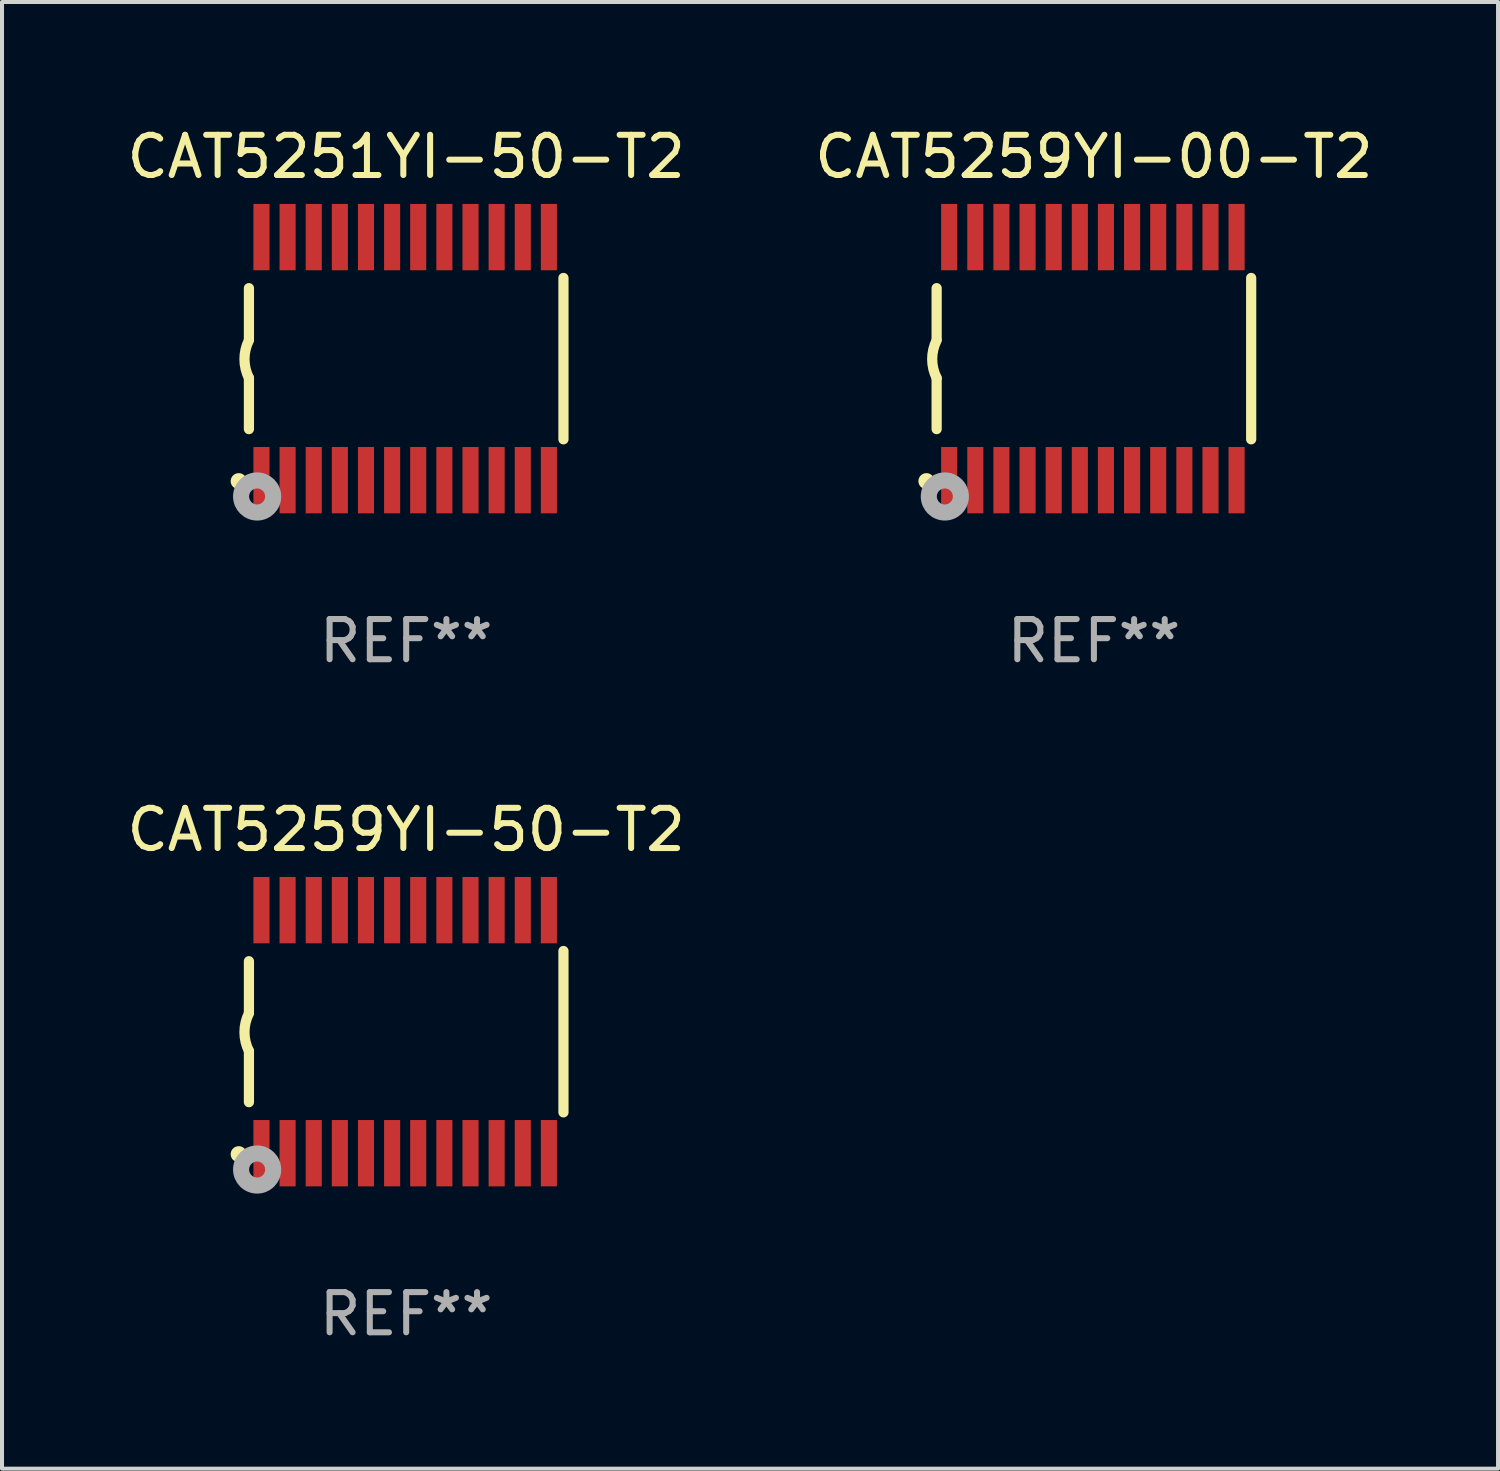
<source format=kicad_pcb>
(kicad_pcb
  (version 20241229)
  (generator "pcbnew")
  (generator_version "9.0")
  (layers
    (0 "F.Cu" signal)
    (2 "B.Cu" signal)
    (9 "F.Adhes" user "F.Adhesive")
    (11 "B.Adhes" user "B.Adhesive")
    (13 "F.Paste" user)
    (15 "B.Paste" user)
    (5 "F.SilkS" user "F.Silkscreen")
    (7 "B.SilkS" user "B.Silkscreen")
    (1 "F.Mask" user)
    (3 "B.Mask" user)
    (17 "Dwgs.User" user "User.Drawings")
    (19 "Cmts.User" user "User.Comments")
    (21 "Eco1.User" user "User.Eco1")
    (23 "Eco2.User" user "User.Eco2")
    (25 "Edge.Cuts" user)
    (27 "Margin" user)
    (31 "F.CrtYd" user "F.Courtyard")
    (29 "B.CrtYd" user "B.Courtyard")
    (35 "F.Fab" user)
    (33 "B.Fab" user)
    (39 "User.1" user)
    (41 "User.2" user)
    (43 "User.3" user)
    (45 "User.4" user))
  (footprint "CAT5259YI-00-T2"
    (layer "F.Cu")
    (at 24.161 5.871)
    (property "Reference" "CAT5259YI-00-T2" (at 0 -5.023 0) (layer "F.SilkS") (effects (font (size 1 1) (thickness 0.15))))
    (attr through_hole)
    (fp_line (start -3.912 -0.483) (end -3.912 -1.753) (stroke (width 0.254) (type solid)) (layer "F.SilkS"))
    (fp_line (start -3.912 1.753) (end -3.912 0.483) (stroke (width 0.254) (type solid)) (layer "F.SilkS"))
    (fp_line (start 3.912 -2.007) (end 3.912 2.007) (stroke (width 0.254) (type solid)) (layer "F.SilkS"))
    (fp_arc (start -3.911608 0.482601) (mid -4.022537 0.0127) (end -3.911608 -0.457201) (stroke (width 0.254001) (type solid)) (layer "F.SilkS"))
    (fp_circle (center -4.166 3.048) (end -4.066 3.048) (stroke (width 0.2) (type solid)) (fill no) (layer "F.SilkS"))
    (fp_circle (center -3.925 3.186) (end -3.895 3.186) (stroke (width 0.06) (type solid)) (fill no) (layer "F.SilkS"))
    (fp_circle (center -3.708 3.429) (end -3.509 3.429) (stroke (width 0.4) (type solid)) (fill no) (layer "F.Fab"))
    (fp_text user "REF**" (at 0 7.023 0) (layer "F.Fab") (effects (font (size 1 1) (thickness 0.15))))
    (pad "1" smd rect (at -3.6 3.023) (size 0.4 1.65) (layers "F.Cu" "F.Mask" "F.Paste"))
    (pad "2" smd rect (at -2.95 3.023) (size 0.4 1.65) (layers "F.Cu" "F.Mask" "F.Paste"))
    (pad "3" smd rect (at -2.3 3.023) (size 0.4 1.65) (layers "F.Cu" "F.Mask" "F.Paste"))
    (pad "4" smd rect (at -1.65 3.023) (size 0.4 1.65) (layers "F.Cu" "F.Mask" "F.Paste"))
    (pad "5" smd rect (at -1 3.023) (size 0.4 1.65) (layers "F.Cu" "F.Mask" "F.Paste"))
    (pad "6" smd rect (at -0.35 3.023) (size 0.4 1.65) (layers "F.Cu" "F.Mask" "F.Paste"))
    (pad "7" smd rect (at 0.299 3.023) (size 0.4 1.65) (layers "F.Cu" "F.Mask" "F.Paste"))
    (pad "8" smd rect (at 0.95 3.023) (size 0.4 1.65) (layers "F.Cu" "F.Mask" "F.Paste"))
    (pad "9" smd rect (at 1.6 3.023) (size 0.4 1.65) (layers "F.Cu" "F.Mask" "F.Paste"))
    (pad "10" smd rect (at 2.25 3.023) (size 0.4 1.65) (layers "F.Cu" "F.Mask" "F.Paste"))
    (pad "11" smd rect (at 2.9 3.023) (size 0.4 1.65) (layers "F.Cu" "F.Mask" "F.Paste"))
    (pad "12" smd rect (at 3.549 3.023) (size 0.4 1.65) (layers "F.Cu" "F.Mask" "F.Paste"))
    (pad "13" smd rect (at 3.549 -3.023) (size 0.4 1.65) (layers "F.Cu" "F.Mask" "F.Paste"))
    (pad "14" smd rect (at 2.9 -3.023) (size 0.4 1.65) (layers "F.Cu" "F.Mask" "F.Paste"))
    (pad "15" smd rect (at 2.25 -3.023) (size 0.4 1.65) (layers "F.Cu" "F.Mask" "F.Paste"))
    (pad "16" smd rect (at 1.6 -3.023) (size 0.4 1.65) (layers "F.Cu" "F.Mask" "F.Paste"))
    (pad "17" smd rect (at 0.95 -3.023) (size 0.4 1.65) (layers "F.Cu" "F.Mask" "F.Paste"))
    (pad "18" smd rect (at 0.299 -3.023) (size 0.4 1.65) (layers "F.Cu" "F.Mask" "F.Paste"))
    (pad "19" smd rect (at -0.35 -3.023) (size 0.4 1.65) (layers "F.Cu" "F.Mask" "F.Paste"))
    (pad "20" smd rect (at -1 -3.023) (size 0.4 1.65) (layers "F.Cu" "F.Mask" "F.Paste"))
    (pad "21" smd rect (at -1.65 -3.023) (size 0.4 1.65) (layers "F.Cu" "F.Mask" "F.Paste"))
    (pad "22" smd rect (at -2.3 -3.023) (size 0.4 1.65) (layers "F.Cu" "F.Mask" "F.Paste"))
    (pad "23" smd rect (at -2.95 -3.023) (size 0.4 1.65) (layers "F.Cu" "F.Mask" "F.Paste"))
    (pad "24" smd rect (at -3.6 -3.023) (size 0.4 1.65) (layers "F.Cu" "F.Mask" "F.Paste")))
  (footprint "CAT5251YI-50-T2"
    (layer "F.Cu")
    (at 7.054 5.871)
    (property "Reference" "CAT5251YI-50-T2" (at 0 -5.023 0) (layer "F.SilkS") (effects (font (size 1 1) (thickness 0.15))))
    (attr through_hole)
    (fp_line (start -3.912 -0.483) (end -3.912 -1.753) (stroke (width 0.254) (type solid)) (layer "F.SilkS"))
    (fp_line (start -3.912 1.753) (end -3.912 0.483) (stroke (width 0.254) (type solid)) (layer "F.SilkS"))
    (fp_line (start 3.912 -2.007) (end 3.912 2.007) (stroke (width 0.254) (type solid)) (layer "F.SilkS"))
    (fp_arc (start -3.911608 0.482601) (mid -4.022537 0.0127) (end -3.911608 -0.457201) (stroke (width 0.254001) (type solid)) (layer "F.SilkS"))
    (fp_circle (center -4.166 3.048) (end -4.066 3.048) (stroke (width 0.2) (type solid)) (fill no) (layer "F.SilkS"))
    (fp_circle (center -3.925 3.186) (end -3.895 3.186) (stroke (width 0.06) (type solid)) (fill no) (layer "F.SilkS"))
    (fp_circle (center -3.708 3.429) (end -3.509 3.429) (stroke (width 0.4) (type solid)) (fill no) (layer "F.Fab"))
    (fp_text user "REF**" (at 0 7.023 0) (layer "F.Fab") (effects (font (size 1 1) (thickness 0.15))))
    (pad "1" smd rect (at -3.6 3.023) (size 0.4 1.65) (layers "F.Cu" "F.Mask" "F.Paste"))
    (pad "2" smd rect (at -2.95 3.023) (size 0.4 1.65) (layers "F.Cu" "F.Mask" "F.Paste"))
    (pad "3" smd rect (at -2.3 3.023) (size 0.4 1.65) (layers "F.Cu" "F.Mask" "F.Paste"))
    (pad "4" smd rect (at -1.65 3.023) (size 0.4 1.65) (layers "F.Cu" "F.Mask" "F.Paste"))
    (pad "5" smd rect (at -1 3.023) (size 0.4 1.65) (layers "F.Cu" "F.Mask" "F.Paste"))
    (pad "6" smd rect (at -0.35 3.023) (size 0.4 1.65) (layers "F.Cu" "F.Mask" "F.Paste"))
    (pad "7" smd rect (at 0.299 3.023) (size 0.4 1.65) (layers "F.Cu" "F.Mask" "F.Paste"))
    (pad "8" smd rect (at 0.95 3.023) (size 0.4 1.65) (layers "F.Cu" "F.Mask" "F.Paste"))
    (pad "9" smd rect (at 1.6 3.023) (size 0.4 1.65) (layers "F.Cu" "F.Mask" "F.Paste"))
    (pad "10" smd rect (at 2.25 3.023) (size 0.4 1.65) (layers "F.Cu" "F.Mask" "F.Paste"))
    (pad "11" smd rect (at 2.9 3.023) (size 0.4 1.65) (layers "F.Cu" "F.Mask" "F.Paste"))
    (pad "12" smd rect (at 3.549 3.023) (size 0.4 1.65) (layers "F.Cu" "F.Mask" "F.Paste"))
    (pad "13" smd rect (at 3.549 -3.023) (size 0.4 1.65) (layers "F.Cu" "F.Mask" "F.Paste"))
    (pad "14" smd rect (at 2.9 -3.023) (size 0.4 1.65) (layers "F.Cu" "F.Mask" "F.Paste"))
    (pad "15" smd rect (at 2.25 -3.023) (size 0.4 1.65) (layers "F.Cu" "F.Mask" "F.Paste"))
    (pad "16" smd rect (at 1.6 -3.023) (size 0.4 1.65) (layers "F.Cu" "F.Mask" "F.Paste"))
    (pad "17" smd rect (at 0.95 -3.023) (size 0.4 1.65) (layers "F.Cu" "F.Mask" "F.Paste"))
    (pad "18" smd rect (at 0.299 -3.023) (size 0.4 1.65) (layers "F.Cu" "F.Mask" "F.Paste"))
    (pad "19" smd rect (at -0.35 -3.023) (size 0.4 1.65) (layers "F.Cu" "F.Mask" "F.Paste"))
    (pad "20" smd rect (at -1 -3.023) (size 0.4 1.65) (layers "F.Cu" "F.Mask" "F.Paste"))
    (pad "21" smd rect (at -1.65 -3.023) (size 0.4 1.65) (layers "F.Cu" "F.Mask" "F.Paste"))
    (pad "22" smd rect (at -2.3 -3.023) (size 0.4 1.65) (layers "F.Cu" "F.Mask" "F.Paste"))
    (pad "23" smd rect (at -2.95 -3.023) (size 0.4 1.65) (layers "F.Cu" "F.Mask" "F.Paste"))
    (pad "24" smd rect (at -3.6 -3.023) (size 0.4 1.65) (layers "F.Cu" "F.Mask" "F.Paste")))
  (footprint "CAT5259YI-50-T2"
    (layer "F.Cu")
    (at 7.054 22.613)
    (property "Reference" "CAT5259YI-50-T2" (at 0 -5.023 0) (layer "F.SilkS") (effects (font (size 1 1) (thickness 0.15))))
    (attr through_hole)
    (fp_line (start -3.912 -0.483) (end -3.912 -1.753) (stroke (width 0.254) (type solid)) (layer "F.SilkS"))
    (fp_line (start -3.912 1.753) (end -3.912 0.483) (stroke (width 0.254) (type solid)) (layer "F.SilkS"))
    (fp_line (start 3.912 -2.007) (end 3.912 2.007) (stroke (width 0.254) (type solid)) (layer "F.SilkS"))
    (fp_arc (start -3.911608 0.482601) (mid -4.022537 0.0127) (end -3.911608 -0.457201) (stroke (width 0.254001) (type solid)) (layer "F.SilkS"))
    (fp_circle (center -4.166 3.048) (end -4.066 3.048) (stroke (width 0.2) (type solid)) (fill no) (layer "F.SilkS"))
    (fp_circle (center -3.925 3.186) (end -3.895 3.186) (stroke (width 0.06) (type solid)) (fill no) (layer "F.SilkS"))
    (fp_circle (center -3.708 3.429) (end -3.509 3.429) (stroke (width 0.4) (type solid)) (fill no) (layer "F.Fab"))
    (fp_text user "REF**" (at 0 7.023 0) (layer "F.Fab") (effects (font (size 1 1) (thickness 0.15))))
    (pad "1" smd rect (at -3.6 3.023) (size 0.4 1.65) (layers "F.Cu" "F.Mask" "F.Paste"))
    (pad "2" smd rect (at -2.95 3.023) (size 0.4 1.65) (layers "F.Cu" "F.Mask" "F.Paste"))
    (pad "3" smd rect (at -2.3 3.023) (size 0.4 1.65) (layers "F.Cu" "F.Mask" "F.Paste"))
    (pad "4" smd rect (at -1.65 3.023) (size 0.4 1.65) (layers "F.Cu" "F.Mask" "F.Paste"))
    (pad "5" smd rect (at -1 3.023) (size 0.4 1.65) (layers "F.Cu" "F.Mask" "F.Paste"))
    (pad "6" smd rect (at -0.35 3.023) (size 0.4 1.65) (layers "F.Cu" "F.Mask" "F.Paste"))
    (pad "7" smd rect (at 0.299 3.023) (size 0.4 1.65) (layers "F.Cu" "F.Mask" "F.Paste"))
    (pad "8" smd rect (at 0.95 3.023) (size 0.4 1.65) (layers "F.Cu" "F.Mask" "F.Paste"))
    (pad "9" smd rect (at 1.6 3.023) (size 0.4 1.65) (layers "F.Cu" "F.Mask" "F.Paste"))
    (pad "10" smd rect (at 2.25 3.023) (size 0.4 1.65) (layers "F.Cu" "F.Mask" "F.Paste"))
    (pad "11" smd rect (at 2.9 3.023) (size 0.4 1.65) (layers "F.Cu" "F.Mask" "F.Paste"))
    (pad "12" smd rect (at 3.549 3.023) (size 0.4 1.65) (layers "F.Cu" "F.Mask" "F.Paste"))
    (pad "13" smd rect (at 3.549 -3.023) (size 0.4 1.65) (layers "F.Cu" "F.Mask" "F.Paste"))
    (pad "14" smd rect (at 2.9 -3.023) (size 0.4 1.65) (layers "F.Cu" "F.Mask" "F.Paste"))
    (pad "15" smd rect (at 2.25 -3.023) (size 0.4 1.65) (layers "F.Cu" "F.Mask" "F.Paste"))
    (pad "16" smd rect (at 1.6 -3.023) (size 0.4 1.65) (layers "F.Cu" "F.Mask" "F.Paste"))
    (pad "17" smd rect (at 0.95 -3.023) (size 0.4 1.65) (layers "F.Cu" "F.Mask" "F.Paste"))
    (pad "18" smd rect (at 0.299 -3.023) (size 0.4 1.65) (layers "F.Cu" "F.Mask" "F.Paste"))
    (pad "19" smd rect (at -0.35 -3.023) (size 0.4 1.65) (layers "F.Cu" "F.Mask" "F.Paste"))
    (pad "20" smd rect (at -1 -3.023) (size 0.4 1.65) (layers "F.Cu" "F.Mask" "F.Paste"))
    (pad "21" smd rect (at -1.65 -3.023) (size 0.4 1.65) (layers "F.Cu" "F.Mask" "F.Paste"))
    (pad "22" smd rect (at -2.3 -3.023) (size 0.4 1.65) (layers "F.Cu" "F.Mask" "F.Paste"))
    (pad "23" smd rect (at -2.95 -3.023) (size 0.4 1.65) (layers "F.Cu" "F.Mask" "F.Paste"))
    (pad "24" smd rect (at -3.6 -3.023) (size 0.4 1.65) (layers "F.Cu" "F.Mask" "F.Paste")))
  (gr_rect
    (start -3 -3)
    (end 34.214 33.483)
    (stroke (width 0.1) (type default))
    (fill no)
    (layer "Edge.Cuts")))
</source>
